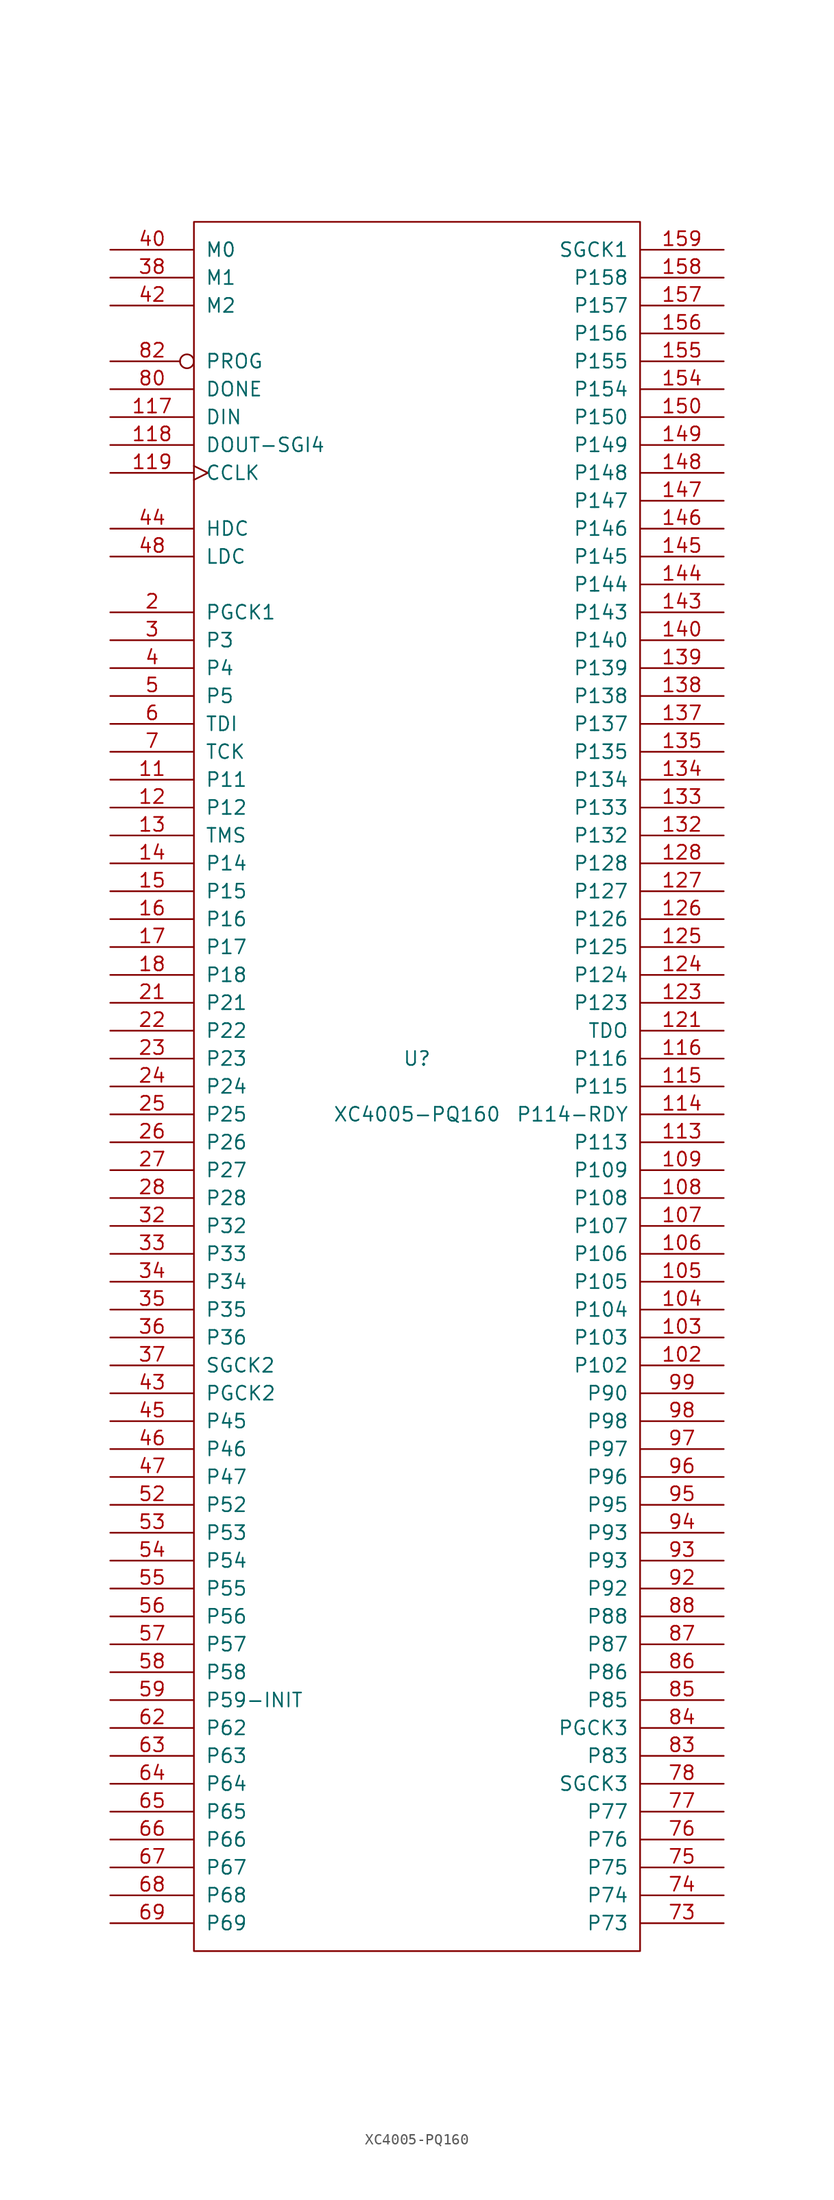
<source format=kicad_sym>
(kicad_symbol_lib
  (version 20201005)
  (generator kicad_symbol_editor)
  (symbol "FPGA_Xilinx:XC4005-PQ160"
    (pin_names
      (offset 1.016))
    (property "Reference" "U"
      (at 0 2.54 0)
      (effects (font (size 1.27 1.27))))
    (property "Value" "XC4005-PQ160"
      (at 0 -2.54 0)
      (effects (font (size 1.27 1.27))))
    (symbol "XC4005-PQ160_0_1"
      (rectangle (start -20.32 -78.74) (end 20.32 78.74) (stroke (width 0)) (fill (type none))))
    (symbol "XC4005-PQ160_1_1"
      (pin power_in line (at -20.32 -78.74 90) (length 0) hide (name "GND" (effects (font (size 1.27 1.27)))) (number "1" (effects (font (size 1.27 1.27)))))
      (pin power_in line (at -17.78 -78.74 90) (length 0) hide (name "GND" (effects (font (size 1.27 1.27)))) (number "10" (effects (font (size 1.27 1.27)))))
      (pin power_in line (at 0 78.74 270) (length 0) hide (name "VCC" (effects (font (size 1.27 1.27)))) (number "100" (effects (font (size 1.27 1.27)))))
      (pin power_in line (at 5.08 -78.74 90) (length 0) hide (name "GND" (effects (font (size 1.27 1.27)))) (number "101" (effects (font (size 1.27 1.27)))))
      (pin passive line (at 27.94 -25.4 180) (length 7.62) (name "P102" (effects (font (size 1.27 1.27)))) (number "102" (effects (font (size 1.27 1.27)))))
      (pin passive line (at 27.94 -22.86 180) (length 7.62) (name "P103" (effects (font (size 1.27 1.27)))) (number "103" (effects (font (size 1.27 1.27)))))
      (pin passive line (at 27.94 -20.32 180) (length 7.62) (name "P104" (effects (font (size 1.27 1.27)))) (number "104" (effects (font (size 1.27 1.27)))))
      (pin passive line (at 27.94 -17.78 180) (length 7.62) (name "P105" (effects (font (size 1.27 1.27)))) (number "105" (effects (font (size 1.27 1.27)))))
      (pin passive line (at 27.94 -15.24 180) (length 7.62) (name "P106" (effects (font (size 1.27 1.27)))) (number "106" (effects (font (size 1.27 1.27)))))
      (pin passive line (at 27.94 -12.7 180) (length 7.62) (name "P107" (effects (font (size 1.27 1.27)))) (number "107" (effects (font (size 1.27 1.27)))))
      (pin passive line (at 27.94 -10.16 180) (length 7.62) (name "P108" (effects (font (size 1.27 1.27)))) (number "108" (effects (font (size 1.27 1.27)))))
      (pin passive line (at 27.94 -7.62 180) (length 7.62) (name "P109" (effects (font (size 1.27 1.27)))) (number "109" (effects (font (size 1.27 1.27)))))
      (pin passive line (at -27.94 27.94 0) (length 7.62) (name "P11" (effects (font (size 1.27 1.27)))) (number "11" (effects (font (size 1.27 1.27)))))
      (pin power_in line (at 7.62 -78.74 90) (length 0) hide (name "GND" (effects (font (size 1.27 1.27)))) (number "110" (effects (font (size 1.27 1.27)))))
      (pin passive line (at 27.94 -5.08 180) (length 7.62) (name "P113" (effects (font (size 1.27 1.27)))) (number "113" (effects (font (size 1.27 1.27)))))
      (pin passive line (at 27.94 -2.54 180) (length 7.62) (name "P114-RDY" (effects (font (size 1.27 1.27)))) (number "114" (effects (font (size 1.27 1.27)))))
      (pin passive line (at 27.94 0 180) (length 7.62) (name "P115" (effects (font (size 1.27 1.27)))) (number "115" (effects (font (size 1.27 1.27)))))
      (pin passive line (at 27.94 2.54 180) (length 7.62) (name "P116" (effects (font (size 1.27 1.27)))) (number "116" (effects (font (size 1.27 1.27)))))
      (pin input line (at -27.94 60.96 0) (length 7.62) (name "DIN" (effects (font (size 1.27 1.27)))) (number "117" (effects (font (size 1.27 1.27)))))
      (pin passive line (at -27.94 58.42 0) (length 7.62) (name "DOUT-SGI4" (effects (font (size 1.27 1.27)))) (number "118" (effects (font (size 1.27 1.27)))))
      (pin passive clock (at -27.94 55.88 0) (length 7.62) (name "CCLK" (effects (font (size 1.27 1.27)))) (number "119" (effects (font (size 1.27 1.27)))))
      (pin passive line (at -27.94 25.4 0) (length 7.62) (name "P12" (effects (font (size 1.27 1.27)))) (number "12" (effects (font (size 1.27 1.27)))))
      (pin power_in line (at 2.54 78.74 270) (length 0) hide (name "VCC" (effects (font (size 1.27 1.27)))) (number "120" (effects (font (size 1.27 1.27)))))
      (pin output line (at 27.94 5.08 180) (length 7.62) (name "TDO" (effects (font (size 1.27 1.27)))) (number "121" (effects (font (size 1.27 1.27)))))
      (pin power_in line (at 10.16 -78.74 90) (length 0) hide (name "GND" (effects (font (size 1.27 1.27)))) (number "122" (effects (font (size 1.27 1.27)))))
      (pin passive line (at 27.94 7.62 180) (length 7.62) (name "P123" (effects (font (size 1.27 1.27)))) (number "123" (effects (font (size 1.27 1.27)))))
      (pin passive line (at 27.94 10.16 180) (length 7.62) (name "P124" (effects (font (size 1.27 1.27)))) (number "124" (effects (font (size 1.27 1.27)))))
      (pin passive line (at 27.94 12.7 180) (length 7.62) (name "P125" (effects (font (size 1.27 1.27)))) (number "125" (effects (font (size 1.27 1.27)))))
      (pin passive line (at 27.94 15.24 180) (length 7.62) (name "P126" (effects (font (size 1.27 1.27)))) (number "126" (effects (font (size 1.27 1.27)))))
      (pin passive line (at 27.94 17.78 180) (length 7.62) (name "P127" (effects (font (size 1.27 1.27)))) (number "127" (effects (font (size 1.27 1.27)))))
      (pin passive line (at 27.94 20.32 180) (length 7.62) (name "P128" (effects (font (size 1.27 1.27)))) (number "128" (effects (font (size 1.27 1.27)))))
      (pin passive line (at -27.94 22.86 0) (length 7.62) (name "TMS" (effects (font (size 1.27 1.27)))) (number "13" (effects (font (size 1.27 1.27)))))
      (pin power_in line (at 12.7 -78.74 90) (length 0) hide (name "GND" (effects (font (size 1.27 1.27)))) (number "131" (effects (font (size 1.27 1.27)))))
      (pin passive line (at 27.94 22.86 180) (length 7.62) (name "P132" (effects (font (size 1.27 1.27)))) (number "132" (effects (font (size 1.27 1.27)))))
      (pin passive line (at 27.94 25.4 180) (length 7.62) (name "P133" (effects (font (size 1.27 1.27)))) (number "133" (effects (font (size 1.27 1.27)))))
      (pin passive line (at 27.94 27.94 180) (length 7.62) (name "P134" (effects (font (size 1.27 1.27)))) (number "134" (effects (font (size 1.27 1.27)))))
      (pin passive line (at 27.94 30.48 180) (length 7.62) (name "P135" (effects (font (size 1.27 1.27)))) (number "135" (effects (font (size 1.27 1.27)))))
      (pin passive line (at 27.94 33.02 180) (length 7.62) (name "P137" (effects (font (size 1.27 1.27)))) (number "137" (effects (font (size 1.27 1.27)))))
      (pin passive line (at 27.94 35.56 180) (length 7.62) (name "P138" (effects (font (size 1.27 1.27)))) (number "138" (effects (font (size 1.27 1.27)))))
      (pin passive line (at 27.94 38.1 180) (length 7.62) (name "P139" (effects (font (size 1.27 1.27)))) (number "139" (effects (font (size 1.27 1.27)))))
      (pin passive line (at -27.94 20.32 0) (length 7.62) (name "P14" (effects (font (size 1.27 1.27)))) (number "14" (effects (font (size 1.27 1.27)))))
      (pin passive line (at 27.94 40.64 180) (length 7.62) (name "P140" (effects (font (size 1.27 1.27)))) (number "140" (effects (font (size 1.27 1.27)))))
      (pin power_in line (at 15.24 -78.74 90) (length 0) hide (name "GND" (effects (font (size 1.27 1.27)))) (number "141" (effects (font (size 1.27 1.27)))))
      (pin power_in line (at 5.08 78.74 270) (length 0) hide (name "VCC" (effects (font (size 1.27 1.27)))) (number "142" (effects (font (size 1.27 1.27)))))
      (pin passive line (at 27.94 43.18 180) (length 7.62) (name "P143" (effects (font (size 1.27 1.27)))) (number "143" (effects (font (size 1.27 1.27)))))
      (pin passive line (at 27.94 45.72 180) (length 7.62) (name "P144" (effects (font (size 1.27 1.27)))) (number "144" (effects (font (size 1.27 1.27)))))
      (pin passive line (at 27.94 48.26 180) (length 7.62) (name "P145" (effects (font (size 1.27 1.27)))) (number "145" (effects (font (size 1.27 1.27)))))
      (pin passive line (at 27.94 50.8 180) (length 7.62) (name "P146" (effects (font (size 1.27 1.27)))) (number "146" (effects (font (size 1.27 1.27)))))
      (pin passive line (at 27.94 53.34 180) (length 7.62) (name "P147" (effects (font (size 1.27 1.27)))) (number "147" (effects (font (size 1.27 1.27)))))
      (pin passive line (at 27.94 55.88 180) (length 7.62) (name "P148" (effects (font (size 1.27 1.27)))) (number "148" (effects (font (size 1.27 1.27)))))
      (pin passive line (at 27.94 58.42 180) (length 7.62) (name "P149" (effects (font (size 1.27 1.27)))) (number "149" (effects (font (size 1.27 1.27)))))
      (pin passive line (at -27.94 17.78 0) (length 7.62) (name "P15" (effects (font (size 1.27 1.27)))) (number "15" (effects (font (size 1.27 1.27)))))
      (pin passive line (at 27.94 60.96 180) (length 7.62) (name "P150" (effects (font (size 1.27 1.27)))) (number "150" (effects (font (size 1.27 1.27)))))
      (pin power_in line (at 17.78 -78.74 90) (length 0) hide (name "GND" (effects (font (size 1.27 1.27)))) (number "151" (effects (font (size 1.27 1.27)))))
      (pin passive line (at 27.94 63.5 180) (length 7.62) (name "P154" (effects (font (size 1.27 1.27)))) (number "154" (effects (font (size 1.27 1.27)))))
      (pin passive line (at 27.94 66.04 180) (length 7.62) (name "P155" (effects (font (size 1.27 1.27)))) (number "155" (effects (font (size 1.27 1.27)))))
      (pin passive line (at 27.94 68.58 180) (length 7.62) (name "P156" (effects (font (size 1.27 1.27)))) (number "156" (effects (font (size 1.27 1.27)))))
      (pin passive line (at 27.94 71.12 180) (length 7.62) (name "P157" (effects (font (size 1.27 1.27)))) (number "157" (effects (font (size 1.27 1.27)))))
      (pin passive line (at 27.94 73.66 180) (length 7.62) (name "P158" (effects (font (size 1.27 1.27)))) (number "158" (effects (font (size 1.27 1.27)))))
      (pin passive line (at 27.94 76.2 180) (length 7.62) (name "SGCK1" (effects (font (size 1.27 1.27)))) (number "159" (effects (font (size 1.27 1.27)))))
      (pin passive line (at -27.94 15.24 0) (length 7.62) (name "P16" (effects (font (size 1.27 1.27)))) (number "16" (effects (font (size 1.27 1.27)))))
      (pin power_in line (at 7.62 78.74 270) (length 0) hide (name "VCC" (effects (font (size 1.27 1.27)))) (number "160" (effects (font (size 1.27 1.27)))))
      (pin passive line (at -27.94 12.7 0) (length 7.62) (name "P17" (effects (font (size 1.27 1.27)))) (number "17" (effects (font (size 1.27 1.27)))))
      (pin passive line (at -27.94 10.16 0) (length 7.62) (name "P18" (effects (font (size 1.27 1.27)))) (number "18" (effects (font (size 1.27 1.27)))))
      (pin power_in line (at -15.24 -78.74 90) (length 0) hide (name "GND" (effects (font (size 1.27 1.27)))) (number "19" (effects (font (size 1.27 1.27)))))
      (pin bidirectional line (at -27.94 43.18 0) (length 7.62) (name "PGCK1" (effects (font (size 1.27 1.27)))) (number "2" (effects (font (size 1.27 1.27)))))
      (pin power_in line (at -5.08 78.74 270) (length 0) hide (name "VCC" (effects (font (size 1.27 1.27)))) (number "20" (effects (font (size 1.27 1.27)))))
      (pin passive line (at -27.94 7.62 0) (length 7.62) (name "P21" (effects (font (size 1.27 1.27)))) (number "21" (effects (font (size 1.27 1.27)))))
      (pin passive line (at -27.94 5.08 0) (length 7.62) (name "P22" (effects (font (size 1.27 1.27)))) (number "22" (effects (font (size 1.27 1.27)))))
      (pin passive line (at -27.94 2.54 0) (length 7.62) (name "P23" (effects (font (size 1.27 1.27)))) (number "23" (effects (font (size 1.27 1.27)))))
      (pin passive line (at -27.94 0 0) (length 7.62) (name "P24" (effects (font (size 1.27 1.27)))) (number "24" (effects (font (size 1.27 1.27)))))
      (pin passive line (at -27.94 -2.54 0) (length 7.62) (name "P25" (effects (font (size 1.27 1.27)))) (number "25" (effects (font (size 1.27 1.27)))))
      (pin passive line (at -27.94 -5.08 0) (length 7.62) (name "P26" (effects (font (size 1.27 1.27)))) (number "26" (effects (font (size 1.27 1.27)))))
      (pin passive line (at -27.94 -7.62 0) (length 7.62) (name "P27" (effects (font (size 1.27 1.27)))) (number "27" (effects (font (size 1.27 1.27)))))
      (pin passive line (at -27.94 -10.16 0) (length 7.62) (name "P28" (effects (font (size 1.27 1.27)))) (number "28" (effects (font (size 1.27 1.27)))))
      (pin power_in line (at -12.7 -78.74 90) (length 0) hide (name "GND" (effects (font (size 1.27 1.27)))) (number "29" (effects (font (size 1.27 1.27)))))
      (pin passive line (at -27.94 40.64 0) (length 7.62) (name "P3" (effects (font (size 1.27 1.27)))) (number "3" (effects (font (size 1.27 1.27)))))
      (pin passive line (at -27.94 -12.7 0) (length 7.62) (name "P32" (effects (font (size 1.27 1.27)))) (number "32" (effects (font (size 1.27 1.27)))))
      (pin passive line (at -27.94 -15.24 0) (length 7.62) (name "P33" (effects (font (size 1.27 1.27)))) (number "33" (effects (font (size 1.27 1.27)))))
      (pin passive line (at -27.94 -17.78 0) (length 7.62) (name "P34" (effects (font (size 1.27 1.27)))) (number "34" (effects (font (size 1.27 1.27)))))
      (pin passive line (at -27.94 -20.32 0) (length 7.62) (name "P35" (effects (font (size 1.27 1.27)))) (number "35" (effects (font (size 1.27 1.27)))))
      (pin passive line (at -27.94 -22.86 0) (length 7.62) (name "P36" (effects (font (size 1.27 1.27)))) (number "36" (effects (font (size 1.27 1.27)))))
      (pin passive line (at -27.94 -25.4 0) (length 7.62) (name "SGCK2" (effects (font (size 1.27 1.27)))) (number "37" (effects (font (size 1.27 1.27)))))
      (pin input line (at -27.94 73.66 0) (length 7.62) (name "M1" (effects (font (size 1.27 1.27)))) (number "38" (effects (font (size 1.27 1.27)))))
      (pin power_in line (at -10.16 -78.74 90) (length 0) hide (name "GND" (effects (font (size 1.27 1.27)))) (number "39" (effects (font (size 1.27 1.27)))))
      (pin passive line (at -27.94 38.1 0) (length 7.62) (name "P4" (effects (font (size 1.27 1.27)))) (number "4" (effects (font (size 1.27 1.27)))))
      (pin input line (at -27.94 76.2 0) (length 7.62) (name "M0" (effects (font (size 1.27 1.27)))) (number "40" (effects (font (size 1.27 1.27)))))
      (pin power_in line (at -10.16 78.74 270) (length 0) hide (name "VCC" (effects (font (size 1.27 1.27)))) (number "41" (effects (font (size 1.27 1.27)))))
      (pin input line (at -27.94 71.12 0) (length 7.62) (name "M2" (effects (font (size 1.27 1.27)))) (number "42" (effects (font (size 1.27 1.27)))))
      (pin passive line (at -27.94 -27.94 0) (length 7.62) (name "PGCK2" (effects (font (size 1.27 1.27)))) (number "43" (effects (font (size 1.27 1.27)))))
      (pin passive line (at -27.94 50.8 0) (length 7.62) (name "HDC" (effects (font (size 1.27 1.27)))) (number "44" (effects (font (size 1.27 1.27)))))
      (pin passive line (at -27.94 -30.48 0) (length 7.62) (name "P45" (effects (font (size 1.27 1.27)))) (number "45" (effects (font (size 1.27 1.27)))))
      (pin passive line (at -27.94 -33.02 0) (length 7.62) (name "P46" (effects (font (size 1.27 1.27)))) (number "46" (effects (font (size 1.27 1.27)))))
      (pin passive line (at -27.94 -35.56 0) (length 7.62) (name "P47" (effects (font (size 1.27 1.27)))) (number "47" (effects (font (size 1.27 1.27)))))
      (pin passive line (at -27.94 48.26 0) (length 7.62) (name "LDC" (effects (font (size 1.27 1.27)))) (number "48" (effects (font (size 1.27 1.27)))))
      (pin passive line (at -27.94 35.56 0) (length 7.62) (name "P5" (effects (font (size 1.27 1.27)))) (number "5" (effects (font (size 1.27 1.27)))))
      (pin power_in line (at -7.62 -78.74 90) (length 0) hide (name "GND" (effects (font (size 1.27 1.27)))) (number "51" (effects (font (size 1.27 1.27)))))
      (pin passive line (at -27.94 -38.1 0) (length 7.62) (name "P52" (effects (font (size 1.27 1.27)))) (number "52" (effects (font (size 1.27 1.27)))))
      (pin passive line (at -27.94 -40.64 0) (length 7.62) (name "P53" (effects (font (size 1.27 1.27)))) (number "53" (effects (font (size 1.27 1.27)))))
      (pin passive line (at -27.94 -43.18 0) (length 7.62) (name "P54" (effects (font (size 1.27 1.27)))) (number "54" (effects (font (size 1.27 1.27)))))
      (pin passive line (at -27.94 -45.72 0) (length 7.62) (name "P55" (effects (font (size 1.27 1.27)))) (number "55" (effects (font (size 1.27 1.27)))))
      (pin passive line (at -27.94 -48.26 0) (length 7.62) (name "P56" (effects (font (size 1.27 1.27)))) (number "56" (effects (font (size 1.27 1.27)))))
      (pin passive line (at -27.94 -50.8 0) (length 7.62) (name "P57" (effects (font (size 1.27 1.27)))) (number "57" (effects (font (size 1.27 1.27)))))
      (pin passive line (at -27.94 -53.34 0) (length 7.62) (name "P58" (effects (font (size 1.27 1.27)))) (number "58" (effects (font (size 1.27 1.27)))))
      (pin passive line (at -27.94 -55.88 0) (length 7.62) (name "P59-INIT" (effects (font (size 1.27 1.27)))) (number "59" (effects (font (size 1.27 1.27)))))
      (pin passive line (at -27.94 33.02 0) (length 7.62) (name "TDI" (effects (font (size 1.27 1.27)))) (number "6" (effects (font (size 1.27 1.27)))))
      (pin power_in line (at -7.62 78.74 270) (length 0) hide (name "VCC" (effects (font (size 1.27 1.27)))) (number "60" (effects (font (size 1.27 1.27)))))
      (pin power_in line (at -5.08 -78.74 90) (length 0) hide (name "GND" (effects (font (size 1.27 1.27)))) (number "61" (effects (font (size 1.27 1.27)))))
      (pin passive line (at -27.94 -58.42 0) (length 7.62) (name "P62" (effects (font (size 1.27 1.27)))) (number "62" (effects (font (size 1.27 1.27)))))
      (pin passive line (at -27.94 -60.96 0) (length 7.62) (name "P63" (effects (font (size 1.27 1.27)))) (number "63" (effects (font (size 1.27 1.27)))))
      (pin passive line (at -27.94 -63.5 0) (length 7.62) (name "P64" (effects (font (size 1.27 1.27)))) (number "64" (effects (font (size 1.27 1.27)))))
      (pin passive line (at -27.94 -66.04 0) (length 7.62) (name "P65" (effects (font (size 1.27 1.27)))) (number "65" (effects (font (size 1.27 1.27)))))
      (pin passive line (at -27.94 -68.58 0) (length 7.62) (name "P66" (effects (font (size 1.27 1.27)))) (number "66" (effects (font (size 1.27 1.27)))))
      (pin passive line (at -27.94 -71.12 0) (length 7.62) (name "P67" (effects (font (size 1.27 1.27)))) (number "67" (effects (font (size 1.27 1.27)))))
      (pin bidirectional line (at -27.94 -73.66 0) (length 7.62) (name "P68" (effects (font (size 1.27 1.27)))) (number "68" (effects (font (size 1.27 1.27)))))
      (pin passive line (at -27.94 -76.2 0) (length 7.62) (name "P69" (effects (font (size 1.27 1.27)))) (number "69" (effects (font (size 1.27 1.27)))))
      (pin passive line (at -27.94 30.48 0) (length 7.62) (name "TCK" (effects (font (size 1.27 1.27)))) (number "7" (effects (font (size 1.27 1.27)))))
      (pin power_in line (at -2.54 -78.74 90) (length 0) hide (name "GND" (effects (font (size 1.27 1.27)))) (number "70" (effects (font (size 1.27 1.27)))))
      (pin passive line (at 27.94 -76.2 180) (length 7.62) (name "P73" (effects (font (size 1.27 1.27)))) (number "73" (effects (font (size 1.27 1.27)))))
      (pin passive line (at 27.94 -73.66 180) (length 7.62) (name "P74" (effects (font (size 1.27 1.27)))) (number "74" (effects (font (size 1.27 1.27)))))
      (pin passive line (at 27.94 -71.12 180) (length 7.62) (name "P75" (effects (font (size 1.27 1.27)))) (number "75" (effects (font (size 1.27 1.27)))))
      (pin passive line (at 27.94 -68.58 180) (length 7.62) (name "P76" (effects (font (size 1.27 1.27)))) (number "76" (effects (font (size 1.27 1.27)))))
      (pin passive line (at 27.94 -66.04 180) (length 7.62) (name "P77" (effects (font (size 1.27 1.27)))) (number "77" (effects (font (size 1.27 1.27)))))
      (pin passive line (at 27.94 -63.5 180) (length 7.62) (name "SGCK3" (effects (font (size 1.27 1.27)))) (number "78" (effects (font (size 1.27 1.27)))))
      (pin power_in line (at 0 -78.74 90) (length 0) hide (name "GND" (effects (font (size 1.27 1.27)))) (number "79" (effects (font (size 1.27 1.27)))))
      (pin bidirectional line (at -27.94 63.5 0) (length 7.62) (name "DONE" (effects (font (size 1.27 1.27)))) (number "80" (effects (font (size 1.27 1.27)))))
      (pin power_in line (at -2.54 78.74 270) (length 0) hide (name "VCC" (effects (font (size 1.27 1.27)))) (number "81" (effects (font (size 1.27 1.27)))))
      (pin input inverted (at -27.94 66.04 0) (length 7.62) (name "PROG" (effects (font (size 1.27 1.27)))) (number "82" (effects (font (size 1.27 1.27)))))
      (pin passive line (at 27.94 -60.96 180) (length 7.62) (name "P83" (effects (font (size 1.27 1.27)))) (number "83" (effects (font (size 1.27 1.27)))))
      (pin passive line (at 27.94 -58.42 180) (length 7.62) (name "PGCK3" (effects (font (size 1.27 1.27)))) (number "84" (effects (font (size 1.27 1.27)))))
      (pin passive line (at 27.94 -55.88 180) (length 7.62) (name "P85" (effects (font (size 1.27 1.27)))) (number "85" (effects (font (size 1.27 1.27)))))
      (pin passive line (at 27.94 -53.34 180) (length 7.62) (name "P86" (effects (font (size 1.27 1.27)))) (number "86" (effects (font (size 1.27 1.27)))))
      (pin passive line (at 27.94 -50.8 180) (length 7.62) (name "P87" (effects (font (size 1.27 1.27)))) (number "87" (effects (font (size 1.27 1.27)))))
      (pin passive line (at 27.94 -48.26 180) (length 7.62) (name "P88" (effects (font (size 1.27 1.27)))) (number "88" (effects (font (size 1.27 1.27)))))
      (pin power_in line (at 2.54 -78.74 90) (length 0) hide (name "GND" (effects (font (size 1.27 1.27)))) (number "91" (effects (font (size 1.27 1.27)))))
      (pin passive line (at 27.94 -45.72 180) (length 7.62) (name "P92" (effects (font (size 1.27 1.27)))) (number "92" (effects (font (size 1.27 1.27)))))
      (pin passive line (at 27.94 -43.18 180) (length 7.62) (name "P93" (effects (font (size 1.27 1.27)))) (number "93" (effects (font (size 1.27 1.27)))))
      (pin passive line (at 27.94 -40.64 180) (length 7.62) (name "P93" (effects (font (size 1.27 1.27)))) (number "94" (effects (font (size 1.27 1.27)))))
      (pin passive line (at 27.94 -38.1 180) (length 7.62) (name "P95" (effects (font (size 1.27 1.27)))) (number "95" (effects (font (size 1.27 1.27)))))
      (pin passive line (at 27.94 -35.56 180) (length 7.62) (name "P96" (effects (font (size 1.27 1.27)))) (number "96" (effects (font (size 1.27 1.27)))))
      (pin passive line (at 27.94 -33.02 180) (length 7.62) (name "P97" (effects (font (size 1.27 1.27)))) (number "97" (effects (font (size 1.27 1.27)))))
      (pin passive line (at 27.94 -30.48 180) (length 7.62) (name "P98" (effects (font (size 1.27 1.27)))) (number "98" (effects (font (size 1.27 1.27)))))
      (pin passive line (at 27.94 -27.94 180) (length 7.62) (name "P90" (effects (font (size 1.27 1.27)))) (number "99" (effects (font (size 1.27 1.27))))))))
</source>
